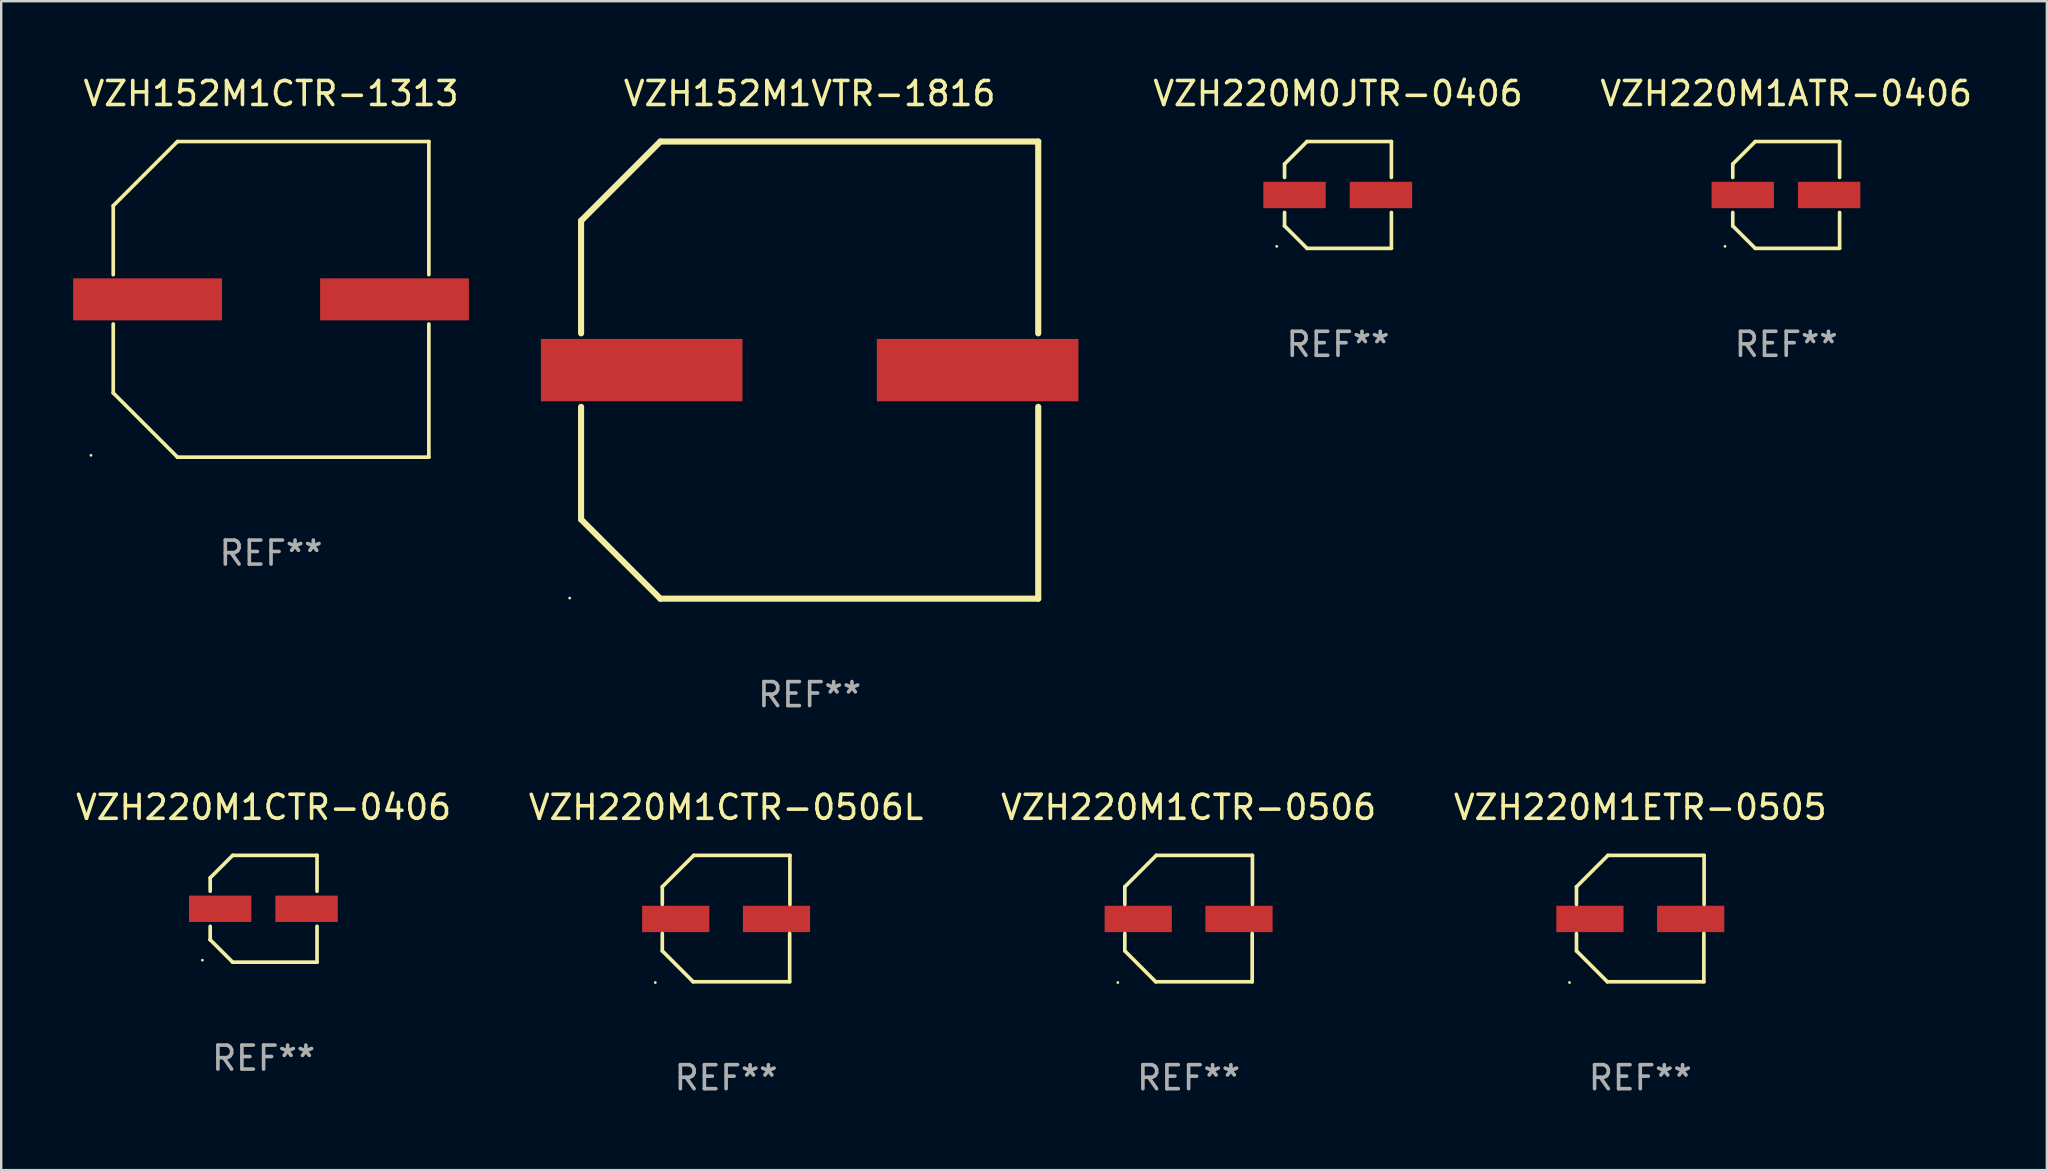
<source format=kicad_pcb>
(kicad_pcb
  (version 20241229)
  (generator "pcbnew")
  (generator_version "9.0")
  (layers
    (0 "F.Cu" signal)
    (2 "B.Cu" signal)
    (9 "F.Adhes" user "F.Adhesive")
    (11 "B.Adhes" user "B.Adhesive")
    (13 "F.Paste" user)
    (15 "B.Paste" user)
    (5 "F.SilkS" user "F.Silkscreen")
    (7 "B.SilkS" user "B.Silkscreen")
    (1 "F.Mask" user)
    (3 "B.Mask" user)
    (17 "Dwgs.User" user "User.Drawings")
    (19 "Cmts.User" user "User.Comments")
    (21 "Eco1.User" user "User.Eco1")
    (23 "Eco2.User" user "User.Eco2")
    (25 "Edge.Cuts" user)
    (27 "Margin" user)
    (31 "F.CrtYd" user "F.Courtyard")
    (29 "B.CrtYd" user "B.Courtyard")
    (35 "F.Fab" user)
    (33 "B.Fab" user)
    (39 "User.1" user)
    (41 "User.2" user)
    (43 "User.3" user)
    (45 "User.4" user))
  (footprint "VZH220M0JTR-0406"
    (layer "F.Cu")
    (at 52.706 5.074)
    (property "Reference" "VZH220M0JTR-0406" (at 0 -4.226 0) (layer "F.SilkS") (effects (font (size 1 1) (thickness 0.15))))
    (attr through_hole)
    (fp_line (start -2.226 -1.289) (end -2.226 -0.73) (stroke (width 0.152) (type solid)) (layer "F.SilkS"))
    (fp_line (start -2.226 0.731) (end -2.226 1.291) (stroke (width 0.152) (type solid)) (layer "F.SilkS"))
    (fp_line (start -2.226 1.291) (end -2.226 1.291) (stroke (width 0.152) (type solid)) (layer "F.SilkS"))
    (fp_line (start -1.29 -2.226) (end -2.226 -1.289) (stroke (width 0.152) (type solid)) (layer "F.SilkS"))
    (fp_line (start -1.289 2.226) (end -2.226 1.291) (stroke (width 0.152) (type solid)) (layer "F.SilkS"))
    (fp_line (start 2.226 -2.226) (end -1.29 -2.226) (stroke (width 0.152) (type solid)) (layer "F.SilkS"))
    (fp_line (start 2.226 -0.73) (end 2.226 -2.226) (stroke (width 0.152) (type solid)) (layer "F.SilkS"))
    (fp_line (start 2.226 2.226) (end -1.289 2.226) (stroke (width 0.152) (type solid)) (layer "F.SilkS"))
    (fp_line (start 2.226 2.226) (end 2.226 0.731) (stroke (width 0.152) (type solid)) (layer "F.SilkS"))
    (fp_circle (center -2.551 2.142) (end -2.521 2.142) (stroke (width 0.06) (type solid)) (fill no) (layer "F.SilkS"))
    (fp_text user "REF**" (at 0 6.226 0) (layer "F.Fab") (effects (font (size 1 1) (thickness 0.15))))
    (pad "1" smd rect (at -1.81 0.001) (size 2.6 1.1) (layers "F.Cu" "F.Mask" "F.Paste"))
    (pad "2" smd rect (at 1.79 0.001) (size 2.6 1.1) (layers "F.Cu" "F.Mask" "F.Paste")))
  (footprint "VZH220M1CTR-0406"
    (layer "F.Cu")
    (at 7.935 34.82)
    (property "Reference" "VZH220M1CTR-0406" (at 0 -4.226 0) (layer "F.SilkS") (effects (font (size 1 1) (thickness 0.15))))
    (attr through_hole)
    (fp_line (start -2.226 -1.289) (end -2.226 -0.73) (stroke (width 0.152) (type solid)) (layer "F.SilkS"))
    (fp_line (start -2.226 0.731) (end -2.226 1.291) (stroke (width 0.152) (type solid)) (layer "F.SilkS"))
    (fp_line (start -2.226 1.291) (end -2.226 1.291) (stroke (width 0.152) (type solid)) (layer "F.SilkS"))
    (fp_line (start -1.29 -2.226) (end -2.226 -1.289) (stroke (width 0.152) (type solid)) (layer "F.SilkS"))
    (fp_line (start -1.289 2.226) (end -2.226 1.291) (stroke (width 0.152) (type solid)) (layer "F.SilkS"))
    (fp_line (start 2.226 -2.226) (end -1.29 -2.226) (stroke (width 0.152) (type solid)) (layer "F.SilkS"))
    (fp_line (start 2.226 -0.73) (end 2.226 -2.226) (stroke (width 0.152) (type solid)) (layer "F.SilkS"))
    (fp_line (start 2.226 2.226) (end -1.289 2.226) (stroke (width 0.152) (type solid)) (layer "F.SilkS"))
    (fp_line (start 2.226 2.226) (end 2.226 0.731) (stroke (width 0.152) (type solid)) (layer "F.SilkS"))
    (fp_circle (center -2.551 2.142) (end -2.521 2.142) (stroke (width 0.06) (type solid)) (fill no) (layer "F.SilkS"))
    (fp_text user "REF**" (at 0 6.226 0) (layer "F.Fab") (effects (font (size 1 1) (thickness 0.15))))
    (pad "1" smd rect (at -1.81 0.001) (size 2.6 1.1) (layers "F.Cu" "F.Mask" "F.Paste"))
    (pad "2" smd rect (at 1.79 0.001) (size 2.6 1.1) (layers "F.Cu" "F.Mask" "F.Paste")))
  (footprint "VZH220M1ETR-0505"
    (layer "F.Cu")
    (at 65.304 35.229)
    (property "Reference" "VZH220M1ETR-0505" (at 0 -4.634 0) (layer "F.SilkS") (effects (font (size 1 1) (thickness 0.15))))
    (attr through_hole)
    (fp_line (start -2.659 -1.326) (end -2.659 -0.592) (stroke (width 0.152) (type solid)) (layer "F.SilkS"))
    (fp_line (start -2.659 1.346) (end -2.659 0.622) (stroke (width 0.152) (type solid)) (layer "F.SilkS"))
    (fp_line (start -1.372 2.634) (end -2.659 1.346) (stroke (width 0.152) (type solid)) (layer "F.SilkS"))
    (fp_line (start -1.349 -2.634) (end -2.659 -1.326) (stroke (width 0.152) (type solid)) (layer "F.SilkS"))
    (fp_line (start 2.649 0.622) (end 2.649 2.634) (stroke (width 0.152) (type solid)) (layer "F.SilkS"))
    (fp_line (start 2.649 2.634) (end -1.372 2.634) (stroke (width 0.152) (type solid)) (layer "F.SilkS"))
    (fp_line (start 2.659 -2.634) (end -1.349 -2.634) (stroke (width 0.152) (type solid)) (layer "F.SilkS"))
    (fp_line (start 2.659 -0.592) (end 2.659 -2.634) (stroke (width 0.152) (type solid)) (layer "F.SilkS"))
    (fp_circle (center -2.95 2.665) (end -2.92 2.665) (stroke (width 0.06) (type solid)) (fill no) (layer "F.SilkS"))
    (fp_text user "REF**" (at 0 6.634 0) (layer "F.Fab") (effects (font (size 1 1) (thickness 0.15))))
    (pad "1" smd rect (at -2.1 0.015) (size 2.8 1.1) (layers "F.Cu" "F.Mask" "F.Paste"))
    (pad "2" smd rect (at 2.1 0.015) (size 2.8 1.1) (layers "F.Cu" "F.Mask" "F.Paste")))
  (footprint "VZH220M1CTR-0506L"
    (layer "F.Cu")
    (at 27.208 35.229)
    (property "Reference" "VZH220M1CTR-0506L" (at 0 -4.634 0) (layer "F.SilkS") (effects (font (size 1 1) (thickness 0.15))))
    (attr through_hole)
    (fp_line (start -2.659 -1.326) (end -2.659 -0.592) (stroke (width 0.152) (type solid)) (layer "F.SilkS"))
    (fp_line (start -2.659 1.346) (end -2.659 0.622) (stroke (width 0.152) (type solid)) (layer "F.SilkS"))
    (fp_line (start -1.372 2.634) (end -2.659 1.346) (stroke (width 0.152) (type solid)) (layer "F.SilkS"))
    (fp_line (start -1.349 -2.634) (end -2.659 -1.326) (stroke (width 0.152) (type solid)) (layer "F.SilkS"))
    (fp_line (start 2.649 0.622) (end 2.649 2.634) (stroke (width 0.152) (type solid)) (layer "F.SilkS"))
    (fp_line (start 2.649 2.634) (end -1.372 2.634) (stroke (width 0.152) (type solid)) (layer "F.SilkS"))
    (fp_line (start 2.659 -2.634) (end -1.349 -2.634) (stroke (width 0.152) (type solid)) (layer "F.SilkS"))
    (fp_line (start 2.659 -0.592) (end 2.659 -2.634) (stroke (width 0.152) (type solid)) (layer "F.SilkS"))
    (fp_circle (center -2.95 2.665) (end -2.92 2.665) (stroke (width 0.06) (type solid)) (fill no) (layer "F.SilkS"))
    (fp_text user "REF**" (at 0 6.634 0) (layer "F.Fab") (effects (font (size 1 1) (thickness 0.15))))
    (pad "1" smd rect (at -2.1 0.015) (size 2.8 1.1) (layers "F.Cu" "F.Mask" "F.Paste"))
    (pad "2" smd rect (at 2.1 0.015) (size 2.8 1.1) (layers "F.Cu" "F.Mask" "F.Paste")))
  (footprint "VZH152M1VTR-1816"
    (layer "F.Cu")
    (at 30.69 12.373)
    (property "Reference" "VZH152M1VTR-1816" (at 0 -11.525 0) (layer "F.SilkS") (effects (font (size 1 1) (thickness 0.15))))
    (attr through_hole)
    (fp_line (start -9.525 -6.223) (end -9.525 -1.531) (stroke (width 0.254) (type solid)) (layer "F.SilkS"))
    (fp_line (start -9.525 1.531) (end -9.525 6.223) (stroke (width 0.254) (type solid)) (layer "F.SilkS"))
    (fp_line (start -9.525 6.223) (end -6.223 9.525) (stroke (width 0.254) (type solid)) (layer "F.SilkS"))
    (fp_line (start -6.223 -9.525) (end -9.525 -6.223) (stroke (width 0.254) (type solid)) (layer "F.SilkS"))
    (fp_line (start -6.223 9.525) (end 9.525 9.525) (stroke (width 0.254) (type solid)) (layer "F.SilkS"))
    (fp_line (start 9.525 -9.525) (end -6.223 -9.525) (stroke (width 0.254) (type solid)) (layer "F.SilkS"))
    (fp_line (start 9.525 -1.531) (end 9.525 -9.525) (stroke (width 0.254) (type solid)) (layer "F.SilkS"))
    (fp_line (start 9.525 9.525) (end 9.525 1.531) (stroke (width 0.254) (type solid)) (layer "F.SilkS"))
    (fp_circle (center -10 9.5) (end -9.97 9.5) (stroke (width 0.06) (type solid)) (fill no) (layer "F.SilkS"))
    (fp_text user "REF**" (at 0 13.525 0) (layer "F.Fab") (effects (font (size 1 1) (thickness 0.15))))
    (pad "1" smd rect (at -7 0) (size 8.4 2.6) (layers "F.Cu" "F.Mask" "F.Paste"))
    (pad "2" smd rect (at 7 0) (size 8.4 2.6) (layers "F.Cu" "F.Mask" "F.Paste")))
  (footprint "VZH152M1CTR-1313"
    (layer "F.Cu")
    (at 8.245 9.424)
    (property "Reference" "VZH152M1CTR-1313" (at 0 -8.576 0) (layer "F.SilkS") (effects (font (size 1 1) (thickness 0.15))))
    (attr through_hole)
    (fp_line (start -6.576 -3.9) (end -6.576 -1.027) (stroke (width 0.152) (type solid)) (layer "F.SilkS"))
    (fp_line (start -6.576 3.9) (end -6.576 1.027) (stroke (width 0.152) (type solid)) (layer "F.SilkS"))
    (fp_line (start -3.9 -6.576) (end -6.576 -3.9) (stroke (width 0.152) (type solid)) (layer "F.SilkS"))
    (fp_line (start -3.9 6.576) (end -6.576 3.9) (stroke (width 0.152) (type solid)) (layer "F.SilkS"))
    (fp_line (start 6.576 -6.576) (end -3.9 -6.576) (stroke (width 0.152) (type solid)) (layer "F.SilkS"))
    (fp_line (start 6.576 -1.027) (end 6.576 -6.576) (stroke (width 0.152) (type solid)) (layer "F.SilkS"))
    (fp_line (start 6.576 1.027) (end 6.576 6.576) (stroke (width 0.152) (type solid)) (layer "F.SilkS"))
    (fp_line (start 6.576 6.576) (end -3.9 6.576) (stroke (width 0.152) (type solid)) (layer "F.SilkS"))
    (fp_circle (center -7.506 6.5) (end -7.476 6.5) (stroke (width 0.06) (type solid)) (fill no) (layer "F.SilkS"))
    (fp_text user "REF**" (at 0 10.576 0) (layer "F.Fab") (effects (font (size 1 1) (thickness 0.15))))
    (pad "1" smd rect (at -5.145 0) (size 6.2 1.75) (layers "F.Cu" "F.Mask" "F.Paste"))
    (pad "2" smd rect (at 5.145 0) (size 6.2 1.75) (layers "F.Cu" "F.Mask" "F.Paste")))
  (footprint "VZH220M1CTR-0506"
    (layer "F.Cu")
    (at 46.482 35.229)
    (property "Reference" "VZH220M1CTR-0506" (at 0 -4.634 0) (layer "F.SilkS") (effects (font (size 1 1) (thickness 0.15))))
    (attr through_hole)
    (fp_line (start -2.659 -1.326) (end -2.659 -0.592) (stroke (width 0.152) (type solid)) (layer "F.SilkS"))
    (fp_line (start -2.659 1.346) (end -2.659 0.622) (stroke (width 0.152) (type solid)) (layer "F.SilkS"))
    (fp_line (start -1.372 2.634) (end -2.659 1.346) (stroke (width 0.152) (type solid)) (layer "F.SilkS"))
    (fp_line (start -1.349 -2.634) (end -2.659 -1.326) (stroke (width 0.152) (type solid)) (layer "F.SilkS"))
    (fp_line (start 2.649 0.622) (end 2.649 2.634) (stroke (width 0.152) (type solid)) (layer "F.SilkS"))
    (fp_line (start 2.649 2.634) (end -1.372 2.634) (stroke (width 0.152) (type solid)) (layer "F.SilkS"))
    (fp_line (start 2.659 -2.634) (end -1.349 -2.634) (stroke (width 0.152) (type solid)) (layer "F.SilkS"))
    (fp_line (start 2.659 -0.592) (end 2.659 -2.634) (stroke (width 0.152) (type solid)) (layer "F.SilkS"))
    (fp_circle (center -2.95 2.665) (end -2.92 2.665) (stroke (width 0.06) (type solid)) (fill no) (layer "F.SilkS"))
    (fp_text user "REF**" (at 0 6.634 0) (layer "F.Fab") (effects (font (size 1 1) (thickness 0.15))))
    (pad "1" smd rect (at -2.1 0.015) (size 2.8 1.1) (layers "F.Cu" "F.Mask" "F.Paste"))
    (pad "2" smd rect (at 2.1 0.015) (size 2.8 1.1) (layers "F.Cu" "F.Mask" "F.Paste")))
  (footprint "VZH220M1ATR-0406"
    (layer "F.Cu")
    (at 71.384 5.074)
    (property "Reference" "VZH220M1ATR-0406" (at 0 -4.226 0) (layer "F.SilkS") (effects (font (size 1 1) (thickness 0.15))))
    (attr through_hole)
    (fp_line (start -2.226 -1.289) (end -2.226 -0.73) (stroke (width 0.152) (type solid)) (layer "F.SilkS"))
    (fp_line (start -2.226 0.731) (end -2.226 1.291) (stroke (width 0.152) (type solid)) (layer "F.SilkS"))
    (fp_line (start -2.226 1.291) (end -2.226 1.291) (stroke (width 0.152) (type solid)) (layer "F.SilkS"))
    (fp_line (start -1.29 -2.226) (end -2.226 -1.289) (stroke (width 0.152) (type solid)) (layer "F.SilkS"))
    (fp_line (start -1.289 2.226) (end -2.226 1.291) (stroke (width 0.152) (type solid)) (layer "F.SilkS"))
    (fp_line (start 2.226 -2.226) (end -1.29 -2.226) (stroke (width 0.152) (type solid)) (layer "F.SilkS"))
    (fp_line (start 2.226 -0.73) (end 2.226 -2.226) (stroke (width 0.152) (type solid)) (layer "F.SilkS"))
    (fp_line (start 2.226 2.226) (end -1.289 2.226) (stroke (width 0.152) (type solid)) (layer "F.SilkS"))
    (fp_line (start 2.226 2.226) (end 2.226 0.731) (stroke (width 0.152) (type solid)) (layer "F.SilkS"))
    (fp_circle (center -2.551 2.142) (end -2.521 2.142) (stroke (width 0.06) (type solid)) (fill no) (layer "F.SilkS"))
    (fp_text user "REF**" (at 0 6.226 0) (layer "F.Fab") (effects (font (size 1 1) (thickness 0.15))))
    (pad "1" smd rect (at -1.81 0.001) (size 2.6 1.1) (layers "F.Cu" "F.Mask" "F.Paste"))
    (pad "2" smd rect (at 1.79 0.001) (size 2.6 1.1) (layers "F.Cu" "F.Mask" "F.Paste")))
  (gr_rect
    (start -3 -3)
    (end 82.247 45.711)
    (stroke (width 0.1) (type default))
    (fill no)
    (layer "Edge.Cuts")))
</source>
